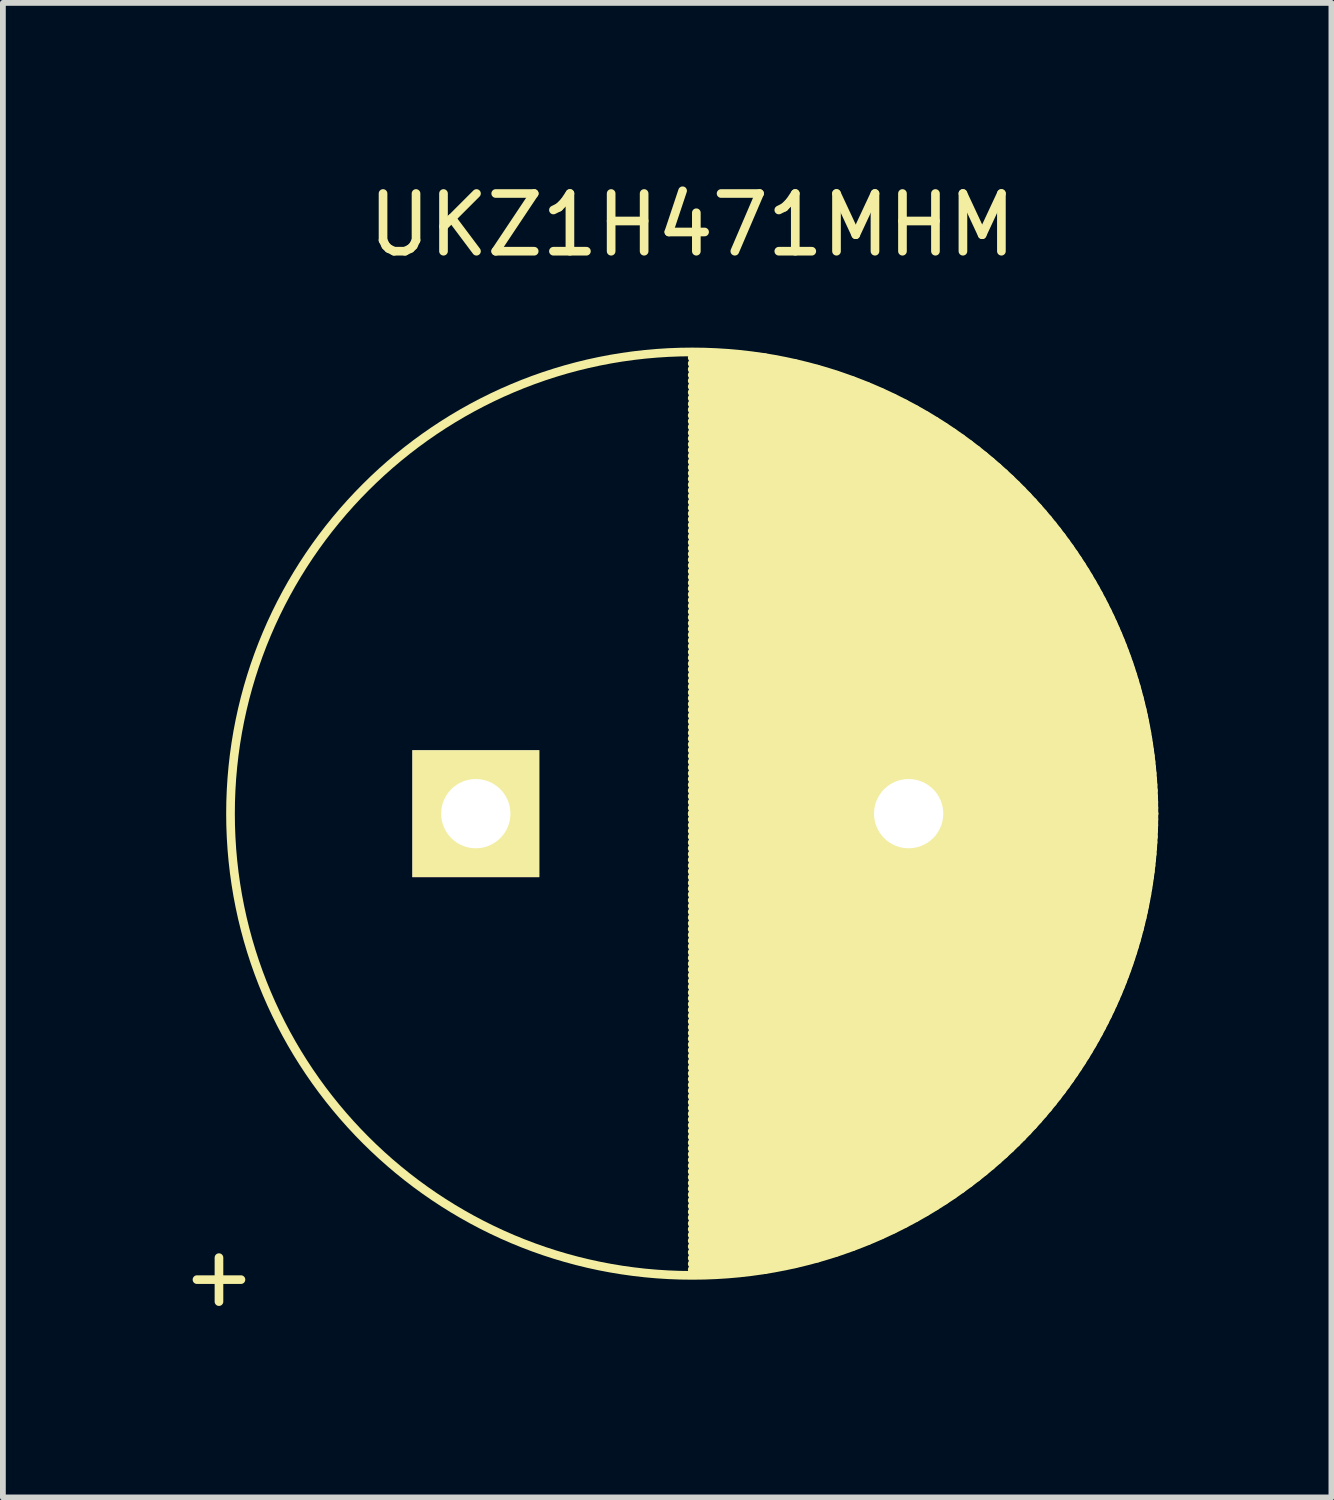
<source format=kicad_pcb>
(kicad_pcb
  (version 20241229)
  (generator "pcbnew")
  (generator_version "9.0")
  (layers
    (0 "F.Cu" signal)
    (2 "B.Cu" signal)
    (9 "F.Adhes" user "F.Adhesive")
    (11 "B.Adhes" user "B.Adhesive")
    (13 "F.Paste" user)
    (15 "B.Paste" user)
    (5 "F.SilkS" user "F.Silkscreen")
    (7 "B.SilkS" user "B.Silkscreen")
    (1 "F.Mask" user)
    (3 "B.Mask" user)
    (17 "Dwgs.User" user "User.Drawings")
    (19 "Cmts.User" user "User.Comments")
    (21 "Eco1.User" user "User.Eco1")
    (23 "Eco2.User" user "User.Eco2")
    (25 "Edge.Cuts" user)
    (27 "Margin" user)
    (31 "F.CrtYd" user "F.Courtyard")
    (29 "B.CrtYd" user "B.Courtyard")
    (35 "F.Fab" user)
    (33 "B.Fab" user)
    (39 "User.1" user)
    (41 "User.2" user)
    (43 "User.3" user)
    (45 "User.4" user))
  (footprint "UKZ1H471MHM"
    (layer "F.Cu")
    (at 5.194 11.048)
    (property "Reference" "UKZ1H471MHM" (at 3.75 -10.2 0) (layer "F.SilkS") (effects (font (size 1 1) (thickness 0.15))))
    (attr through_hole)
    (fp_line (start 3.75 -7.9) (end 5.011 -7.9) (stroke (width 0.15) (type solid)) (layer "F.SilkS"))
    (fp_line (start 3.75 -7.8) (end 5.528 -7.8) (stroke (width 0.15) (type solid)) (layer "F.SilkS"))
    (fp_line (start 3.75 -7.7) (end 5.92 -7.7) (stroke (width 0.15) (type solid)) (layer "F.SilkS"))
    (fp_line (start 3.75 -7.6) (end 6.248 -7.6) (stroke (width 0.15) (type solid)) (layer "F.SilkS"))
    (fp_line (start 3.75 -7.5) (end 6.534 -7.5) (stroke (width 0.15) (type solid)) (layer "F.SilkS"))
    (fp_line (start 3.75 -7.4) (end 6.79 -7.4) (stroke (width 0.15) (type solid)) (layer "F.SilkS"))
    (fp_line (start 3.75 -7.3) (end 7.023 -7.3) (stroke (width 0.15) (type solid)) (layer "F.SilkS"))
    (fp_line (start 3.75 -7.2) (end 7.237 -7.2) (stroke (width 0.15) (type solid)) (layer "F.SilkS"))
    (fp_line (start 3.75 -7.1) (end 7.436 -7.1) (stroke (width 0.15) (type solid)) (layer "F.SilkS"))
    (fp_line (start 3.75 -7) (end 7.623 -7) (stroke (width 0.15) (type solid)) (layer "F.SilkS"))
    (fp_line (start 3.75 -6.9) (end 7.798 -6.9) (stroke (width 0.15) (type solid)) (layer "F.SilkS"))
    (fp_line (start 3.75 -6.8) (end 7.964 -6.8) (stroke (width 0.15) (type solid)) (layer "F.SilkS"))
    (fp_line (start 3.75 -6.7) (end 8.121 -6.7) (stroke (width 0.15) (type solid)) (layer "F.SilkS"))
    (fp_line (start 3.75 -6.6) (end 8.271 -6.6) (stroke (width 0.15) (type solid)) (layer "F.SilkS"))
    (fp_line (start 3.75 -6.5) (end 8.414 -6.5) (stroke (width 0.15) (type solid)) (layer "F.SilkS"))
    (fp_line (start 3.75 -6.4) (end 8.55 -6.4) (stroke (width 0.15) (type solid)) (layer "F.SilkS"))
    (fp_line (start 3.75 -6.3) (end 8.681 -6.3) (stroke (width 0.15) (type solid)) (layer "F.SilkS"))
    (fp_line (start 3.75 -6.2) (end 8.806 -6.2) (stroke (width 0.15) (type solid)) (layer "F.SilkS"))
    (fp_line (start 3.75 -6.1) (end 8.926 -6.1) (stroke (width 0.15) (type solid)) (layer "F.SilkS"))
    (fp_line (start 3.75 -6) (end 9.042 -6) (stroke (width 0.15) (type solid)) (layer "F.SilkS"))
    (fp_line (start 3.75 -5.9) (end 9.153 -5.9) (stroke (width 0.15) (type solid)) (layer "F.SilkS"))
    (fp_line (start 3.75 -5.8) (end 9.26 -5.8) (stroke (width 0.15) (type solid)) (layer "F.SilkS"))
    (fp_line (start 3.75 -5.7) (end 9.363 -5.7) (stroke (width 0.15) (type solid)) (layer "F.SilkS"))
    (fp_line (start 3.75 -5.6) (end 9.463 -5.6) (stroke (width 0.15) (type solid)) (layer "F.SilkS"))
    (fp_line (start 3.75 -5.5) (end 9.559 -5.5) (stroke (width 0.15) (type solid)) (layer "F.SilkS"))
    (fp_line (start 3.75 -5.4) (end 9.653 -5.4) (stroke (width 0.15) (type solid)) (layer "F.SilkS"))
    (fp_line (start 3.75 -5.3) (end 9.742 -5.3) (stroke (width 0.15) (type solid)) (layer "F.SilkS"))
    (fp_line (start 3.75 -5.2) (end 9.829 -5.2) (stroke (width 0.15) (type solid)) (layer "F.SilkS"))
    (fp_line (start 3.75 -5.1) (end 9.914 -5.1) (stroke (width 0.15) (type solid)) (layer "F.SilkS"))
    (fp_line (start 3.75 -5) (end 9.995 -5) (stroke (width 0.15) (type solid)) (layer "F.SilkS"))
    (fp_line (start 3.75 -4.9) (end 10.074 -4.9) (stroke (width 0.15) (type solid)) (layer "F.SilkS"))
    (fp_line (start 3.75 -4.8) (end 10.15 -4.8) (stroke (width 0.15) (type solid)) (layer "F.SilkS"))
    (fp_line (start 3.75 -4.7) (end 10.224 -4.7) (stroke (width 0.15) (type solid)) (layer "F.SilkS"))
    (fp_line (start 3.75 -4.6) (end 10.295 -4.6) (stroke (width 0.15) (type solid)) (layer "F.SilkS"))
    (fp_line (start 3.75 -4.5) (end 10.364 -4.5) (stroke (width 0.15) (type solid)) (layer "F.SilkS"))
    (fp_line (start 3.75 -4.4) (end 10.431 -4.4) (stroke (width 0.15) (type solid)) (layer "F.SilkS"))
    (fp_line (start 3.75 -4.3) (end 10.496 -4.3) (stroke (width 0.15) (type solid)) (layer "F.SilkS"))
    (fp_line (start 3.75 -4.2) (end 10.559 -4.2) (stroke (width 0.15) (type solid)) (layer "F.SilkS"))
    (fp_line (start 3.75 -4.1) (end 10.619 -4.1) (stroke (width 0.15) (type solid)) (layer "F.SilkS"))
    (fp_line (start 3.75 -4) (end 10.678 -4) (stroke (width 0.15) (type solid)) (layer "F.SilkS"))
    (fp_line (start 3.75 -3.9) (end 10.735 -3.9) (stroke (width 0.15) (type solid)) (layer "F.SilkS"))
    (fp_line (start 3.75 -3.8) (end 10.79 -3.8) (stroke (width 0.15) (type solid)) (layer "F.SilkS"))
    (fp_line (start 3.75 -3.7) (end 10.843 -3.7) (stroke (width 0.15) (type solid)) (layer "F.SilkS"))
    (fp_line (start 3.75 -3.6) (end 10.894 -3.6) (stroke (width 0.15) (type solid)) (layer "F.SilkS"))
    (fp_line (start 3.75 -3.5) (end 10.944 -3.5) (stroke (width 0.15) (type solid)) (layer "F.SilkS"))
    (fp_line (start 3.75 -3.4) (end 10.992 -3.4) (stroke (width 0.15) (type solid)) (layer "F.SilkS"))
    (fp_line (start 3.75 -3.3) (end 11.038 -3.3) (stroke (width 0.15) (type solid)) (layer "F.SilkS"))
    (fp_line (start 3.75 -3.2) (end 11.082 -3.2) (stroke (width 0.15) (type solid)) (layer "F.SilkS"))
    (fp_line (start 3.75 -3.1) (end 11.125 -3.1) (stroke (width 0.15) (type solid)) (layer "F.SilkS"))
    (fp_line (start 3.75 -3) (end 11.166 -3) (stroke (width 0.15) (type solid)) (layer "F.SilkS"))
    (fp_line (start 3.75 -2.9) (end 11.206 -2.9) (stroke (width 0.15) (type solid)) (layer "F.SilkS"))
    (fp_line (start 3.75 -2.8) (end 11.244 -2.8) (stroke (width 0.15) (type solid)) (layer "F.SilkS"))
    (fp_line (start 3.75 -2.7) (end 11.281 -2.7) (stroke (width 0.15) (type solid)) (layer "F.SilkS"))
    (fp_line (start 3.75 -2.6) (end 11.316 -2.6) (stroke (width 0.15) (type solid)) (layer "F.SilkS"))
    (fp_line (start 3.75 -2.5) (end 11.349 -2.5) (stroke (width 0.15) (type solid)) (layer "F.SilkS"))
    (fp_line (start 3.75 -2.4) (end 11.382 -2.4) (stroke (width 0.15) (type solid)) (layer "F.SilkS"))
    (fp_line (start 3.75 -2.3) (end 11.412 -2.3) (stroke (width 0.15) (type solid)) (layer "F.SilkS"))
    (fp_line (start 3.75 -2.2) (end 11.442 -2.2) (stroke (width 0.15) (type solid)) (layer "F.SilkS"))
    (fp_line (start 3.75 -2.1) (end 11.469 -2.1) (stroke (width 0.15) (type solid)) (layer "F.SilkS"))
    (fp_line (start 3.75 -2) (end 11.496 -2) (stroke (width 0.15) (type solid)) (layer "F.SilkS"))
    (fp_line (start 3.75 -1.9) (end 11.521 -1.9) (stroke (width 0.15) (type solid)) (layer "F.SilkS"))
    (fp_line (start 3.75 -1.8) (end 11.545 -1.8) (stroke (width 0.15) (type solid)) (layer "F.SilkS"))
    (fp_line (start 3.75 -1.7) (end 11.567 -1.7) (stroke (width 0.15) (type solid)) (layer "F.SilkS"))
    (fp_line (start 3.75 -1.6) (end 11.588 -1.6) (stroke (width 0.15) (type solid)) (layer "F.SilkS"))
    (fp_line (start 3.75 -1.5) (end 11.608 -1.5) (stroke (width 0.15) (type solid)) (layer "F.SilkS"))
    (fp_line (start 3.75 -1.4) (end 11.627 -1.4) (stroke (width 0.15) (type solid)) (layer "F.SilkS"))
    (fp_line (start 3.75 -1.3) (end 11.644 -1.3) (stroke (width 0.15) (type solid)) (layer "F.SilkS"))
    (fp_line (start 3.75 -1.2) (end 11.659 -1.2) (stroke (width 0.15) (type solid)) (layer "F.SilkS"))
    (fp_line (start 3.75 -1.1) (end 11.674 -1.1) (stroke (width 0.15) (type solid)) (layer "F.SilkS"))
    (fp_line (start 3.75 -1) (end 11.687 -1) (stroke (width 0.15) (type solid)) (layer "F.SilkS"))
    (fp_line (start 3.75 -0.9) (end 11.699 -0.9) (stroke (width 0.15) (type solid)) (layer "F.SilkS"))
    (fp_line (start 3.75 -0.8) (end 11.71 -0.8) (stroke (width 0.15) (type solid)) (layer "F.SilkS"))
    (fp_line (start 3.75 -0.7) (end 11.719 -0.7) (stroke (width 0.15) (type solid)) (layer "F.SilkS"))
    (fp_line (start 3.75 -0.6) (end 11.727 -0.6) (stroke (width 0.15) (type solid)) (layer "F.SilkS"))
    (fp_line (start 3.75 -0.5) (end 11.734 -0.5) (stroke (width 0.15) (type solid)) (layer "F.SilkS"))
    (fp_line (start 3.75 -0.4) (end 11.74 -0.4) (stroke (width 0.15) (type solid)) (layer "F.SilkS"))
    (fp_line (start 3.75 -0.3) (end 11.744 -0.3) (stroke (width 0.15) (type solid)) (layer "F.SilkS"))
    (fp_line (start 3.75 -0.2) (end 11.748 -0.2) (stroke (width 0.15) (type solid)) (layer "F.SilkS"))
    (fp_line (start 3.75 -0.1) (end 11.749 -0.1) (stroke (width 0.15) (type solid)) (layer "F.SilkS"))
    (fp_line (start 3.75 0) (end 11.75 0) (stroke (width 0.15) (type solid)) (layer "F.SilkS"))
    (fp_line (start 3.75 0) (end 11.75 0) (stroke (width 0.15) (type solid)) (layer "F.SilkS"))
    (fp_line (start 3.75 0.1) (end 11.749 0.1) (stroke (width 0.15) (type solid)) (layer "F.SilkS"))
    (fp_line (start 3.75 0.2) (end 11.748 0.2) (stroke (width 0.15) (type solid)) (layer "F.SilkS"))
    (fp_line (start 3.75 0.3) (end 11.744 0.3) (stroke (width 0.15) (type solid)) (layer "F.SilkS"))
    (fp_line (start 3.75 0.4) (end 11.74 0.4) (stroke (width 0.15) (type solid)) (layer "F.SilkS"))
    (fp_line (start 3.75 0.5) (end 11.734 0.5) (stroke (width 0.15) (type solid)) (layer "F.SilkS"))
    (fp_line (start 3.75 0.6) (end 11.727 0.6) (stroke (width 0.15) (type solid)) (layer "F.SilkS"))
    (fp_line (start 3.75 0.7) (end 11.719 0.7) (stroke (width 0.15) (type solid)) (layer "F.SilkS"))
    (fp_line (start 3.75 0.8) (end 11.71 0.8) (stroke (width 0.15) (type solid)) (layer "F.SilkS"))
    (fp_line (start 3.75 0.9) (end 11.699 0.9) (stroke (width 0.15) (type solid)) (layer "F.SilkS"))
    (fp_line (start 3.75 1) (end 11.687 1) (stroke (width 0.15) (type solid)) (layer "F.SilkS"))
    (fp_line (start 3.75 1.1) (end 11.674 1.1) (stroke (width 0.15) (type solid)) (layer "F.SilkS"))
    (fp_line (start 3.75 1.2) (end 11.659 1.2) (stroke (width 0.15) (type solid)) (layer "F.SilkS"))
    (fp_line (start 3.75 1.3) (end 11.644 1.3) (stroke (width 0.15) (type solid)) (layer "F.SilkS"))
    (fp_line (start 3.75 1.4) (end 11.627 1.4) (stroke (width 0.15) (type solid)) (layer "F.SilkS"))
    (fp_line (start 3.75 1.5) (end 11.608 1.5) (stroke (width 0.15) (type solid)) (layer "F.SilkS"))
    (fp_line (start 3.75 1.6) (end 11.588 1.6) (stroke (width 0.15) (type solid)) (layer "F.SilkS"))
    (fp_line (start 3.75 1.7) (end 11.567 1.7) (stroke (width 0.15) (type solid)) (layer "F.SilkS"))
    (fp_line (start 3.75 1.8) (end 11.545 1.8) (stroke (width 0.15) (type solid)) (layer "F.SilkS"))
    (fp_line (start 3.75 1.9) (end 11.521 1.9) (stroke (width 0.15) (type solid)) (layer "F.SilkS"))
    (fp_line (start 3.75 2) (end 11.496 2) (stroke (width 0.15) (type solid)) (layer "F.SilkS"))
    (fp_line (start 3.75 2.1) (end 11.469 2.1) (stroke (width 0.15) (type solid)) (layer "F.SilkS"))
    (fp_line (start 3.75 2.2) (end 11.442 2.2) (stroke (width 0.15) (type solid)) (layer "F.SilkS"))
    (fp_line (start 3.75 2.3) (end 11.412 2.3) (stroke (width 0.15) (type solid)) (layer "F.SilkS"))
    (fp_line (start 3.75 2.4) (end 11.382 2.4) (stroke (width 0.15) (type solid)) (layer "F.SilkS"))
    (fp_line (start 3.75 2.5) (end 11.349 2.5) (stroke (width 0.15) (type solid)) (layer "F.SilkS"))
    (fp_line (start 3.75 2.6) (end 11.316 2.6) (stroke (width 0.15) (type solid)) (layer "F.SilkS"))
    (fp_line (start 3.75 2.7) (end 11.281 2.7) (stroke (width 0.15) (type solid)) (layer "F.SilkS"))
    (fp_line (start 3.75 2.8) (end 11.244 2.8) (stroke (width 0.15) (type solid)) (layer "F.SilkS"))
    (fp_line (start 3.75 2.9) (end 11.206 2.9) (stroke (width 0.15) (type solid)) (layer "F.SilkS"))
    (fp_line (start 3.75 3) (end 11.166 3) (stroke (width 0.15) (type solid)) (layer "F.SilkS"))
    (fp_line (start 3.75 3.1) (end 11.125 3.1) (stroke (width 0.15) (type solid)) (layer "F.SilkS"))
    (fp_line (start 3.75 3.2) (end 11.082 3.2) (stroke (width 0.15) (type solid)) (layer "F.SilkS"))
    (fp_line (start 3.75 3.3) (end 11.038 3.3) (stroke (width 0.15) (type solid)) (layer "F.SilkS"))
    (fp_line (start 3.75 3.4) (end 10.992 3.4) (stroke (width 0.15) (type solid)) (layer "F.SilkS"))
    (fp_line (start 3.75 3.5) (end 10.944 3.5) (stroke (width 0.15) (type solid)) (layer "F.SilkS"))
    (fp_line (start 3.75 3.6) (end 10.894 3.6) (stroke (width 0.15) (type solid)) (layer "F.SilkS"))
    (fp_line (start 3.75 3.7) (end 10.843 3.7) (stroke (width 0.15) (type solid)) (layer "F.SilkS"))
    (fp_line (start 3.75 3.8) (end 10.79 3.8) (stroke (width 0.15) (type solid)) (layer "F.SilkS"))
    (fp_line (start 3.75 3.9) (end 10.735 3.9) (stroke (width 0.15) (type solid)) (layer "F.SilkS"))
    (fp_line (start 3.75 4) (end 10.678 4) (stroke (width 0.15) (type solid)) (layer "F.SilkS"))
    (fp_line (start 3.75 4.1) (end 10.619 4.1) (stroke (width 0.15) (type solid)) (layer "F.SilkS"))
    (fp_line (start 3.75 4.2) (end 10.559 4.2) (stroke (width 0.15) (type solid)) (layer "F.SilkS"))
    (fp_line (start 3.75 4.3) (end 10.496 4.3) (stroke (width 0.15) (type solid)) (layer "F.SilkS"))
    (fp_line (start 3.75 4.4) (end 10.431 4.4) (stroke (width 0.15) (type solid)) (layer "F.SilkS"))
    (fp_line (start 3.75 4.5) (end 10.364 4.5) (stroke (width 0.15) (type solid)) (layer "F.SilkS"))
    (fp_line (start 3.75 4.6) (end 10.295 4.6) (stroke (width 0.15) (type solid)) (layer "F.SilkS"))
    (fp_line (start 3.75 4.7) (end 10.224 4.7) (stroke (width 0.15) (type solid)) (layer "F.SilkS"))
    (fp_line (start 3.75 4.8) (end 10.15 4.8) (stroke (width 0.15) (type solid)) (layer "F.SilkS"))
    (fp_line (start 3.75 4.9) (end 10.074 4.9) (stroke (width 0.15) (type solid)) (layer "F.SilkS"))
    (fp_line (start 3.75 5) (end 9.995 5) (stroke (width 0.15) (type solid)) (layer "F.SilkS"))
    (fp_line (start 3.75 5.1) (end 9.914 5.1) (stroke (width 0.15) (type solid)) (layer "F.SilkS"))
    (fp_line (start 3.75 5.2) (end 9.829 5.2) (stroke (width 0.15) (type solid)) (layer "F.SilkS"))
    (fp_line (start 3.75 5.3) (end 9.742 5.3) (stroke (width 0.15) (type solid)) (layer "F.SilkS"))
    (fp_line (start 3.75 5.4) (end 9.653 5.4) (stroke (width 0.15) (type solid)) (layer "F.SilkS"))
    (fp_line (start 3.75 5.5) (end 9.559 5.5) (stroke (width 0.15) (type solid)) (layer "F.SilkS"))
    (fp_line (start 3.75 5.6) (end 9.463 5.6) (stroke (width 0.15) (type solid)) (layer "F.SilkS"))
    (fp_line (start 3.75 5.7) (end 9.363 5.7) (stroke (width 0.15) (type solid)) (layer "F.SilkS"))
    (fp_line (start 3.75 5.8) (end 9.26 5.8) (stroke (width 0.15) (type solid)) (layer "F.SilkS"))
    (fp_line (start 3.75 5.9) (end 9.153 5.9) (stroke (width 0.15) (type solid)) (layer "F.SilkS"))
    (fp_line (start 3.75 6) (end 9.042 6) (stroke (width 0.15) (type solid)) (layer "F.SilkS"))
    (fp_line (start 3.75 6.1) (end 8.926 6.1) (stroke (width 0.15) (type solid)) (layer "F.SilkS"))
    (fp_line (start 3.75 6.2) (end 8.806 6.2) (stroke (width 0.15) (type solid)) (layer "F.SilkS"))
    (fp_line (start 3.75 6.3) (end 8.681 6.3) (stroke (width 0.15) (type solid)) (layer "F.SilkS"))
    (fp_line (start 3.75 6.4) (end 8.55 6.4) (stroke (width 0.15) (type solid)) (layer "F.SilkS"))
    (fp_line (start 3.75 6.5) (end 8.414 6.5) (stroke (width 0.15) (type solid)) (layer "F.SilkS"))
    (fp_line (start 3.75 6.6) (end 8.271 6.6) (stroke (width 0.15) (type solid)) (layer "F.SilkS"))
    (fp_line (start 3.75 6.7) (end 8.121 6.7) (stroke (width 0.15) (type solid)) (layer "F.SilkS"))
    (fp_line (start 3.75 6.8) (end 7.964 6.8) (stroke (width 0.15) (type solid)) (layer "F.SilkS"))
    (fp_line (start 3.75 6.9) (end 7.798 6.9) (stroke (width 0.15) (type solid)) (layer "F.SilkS"))
    (fp_line (start 3.75 7) (end 7.623 7) (stroke (width 0.15) (type solid)) (layer "F.SilkS"))
    (fp_line (start 3.75 7.1) (end 7.436 7.1) (stroke (width 0.15) (type solid)) (layer "F.SilkS"))
    (fp_line (start 3.75 7.2) (end 7.237 7.2) (stroke (width 0.15) (type solid)) (layer "F.SilkS"))
    (fp_line (start 3.75 7.3) (end 7.023 7.3) (stroke (width 0.15) (type solid)) (layer "F.SilkS"))
    (fp_line (start 3.75 7.4) (end 6.79 7.4) (stroke (width 0.15) (type solid)) (layer "F.SilkS"))
    (fp_line (start 3.75 7.5) (end 6.534 7.5) (stroke (width 0.15) (type solid)) (layer "F.SilkS"))
    (fp_line (start 3.75 7.6) (end 6.248 7.6) (stroke (width 0.15) (type solid)) (layer "F.SilkS"))
    (fp_line (start 3.75 7.7) (end 5.92 7.7) (stroke (width 0.15) (type solid)) (layer "F.SilkS"))
    (fp_line (start 3.75 7.8) (end 5.528 7.8) (stroke (width 0.15) (type solid)) (layer "F.SilkS"))
    (fp_line (start 3.75 7.9) (end 5.011 7.9) (stroke (width 0.15) (type solid)) (layer "F.SilkS"))
    (fp_circle (center 3.75 0) (end 3.75 -8) (stroke (width 0.15) (type solid)) (fill no) (layer "F.SilkS"))
    (fp_text user "+" (at -4.45 8 0) (layer "F.SilkS") (effects (font (size 1 1) (thickness 0.15))))
    (pad "1" thru_hole rect (at 0 0) (size 2.2 2.2) (drill 1.2) (layers "*.Cu" "*.Mask" "F.SilkS"))
    (pad "2" thru_hole circle (at 7.5 0) (size 2.2 2.2) (drill 1.2) (layers "*.Cu" "*.Mask" "F.SilkS")))
  (gr_rect
    (start -3 -3)
    (end 20.019 22.896)
    (stroke (width 0.1) (type default))
    (fill no)
    (layer "Edge.Cuts")))
</source>
